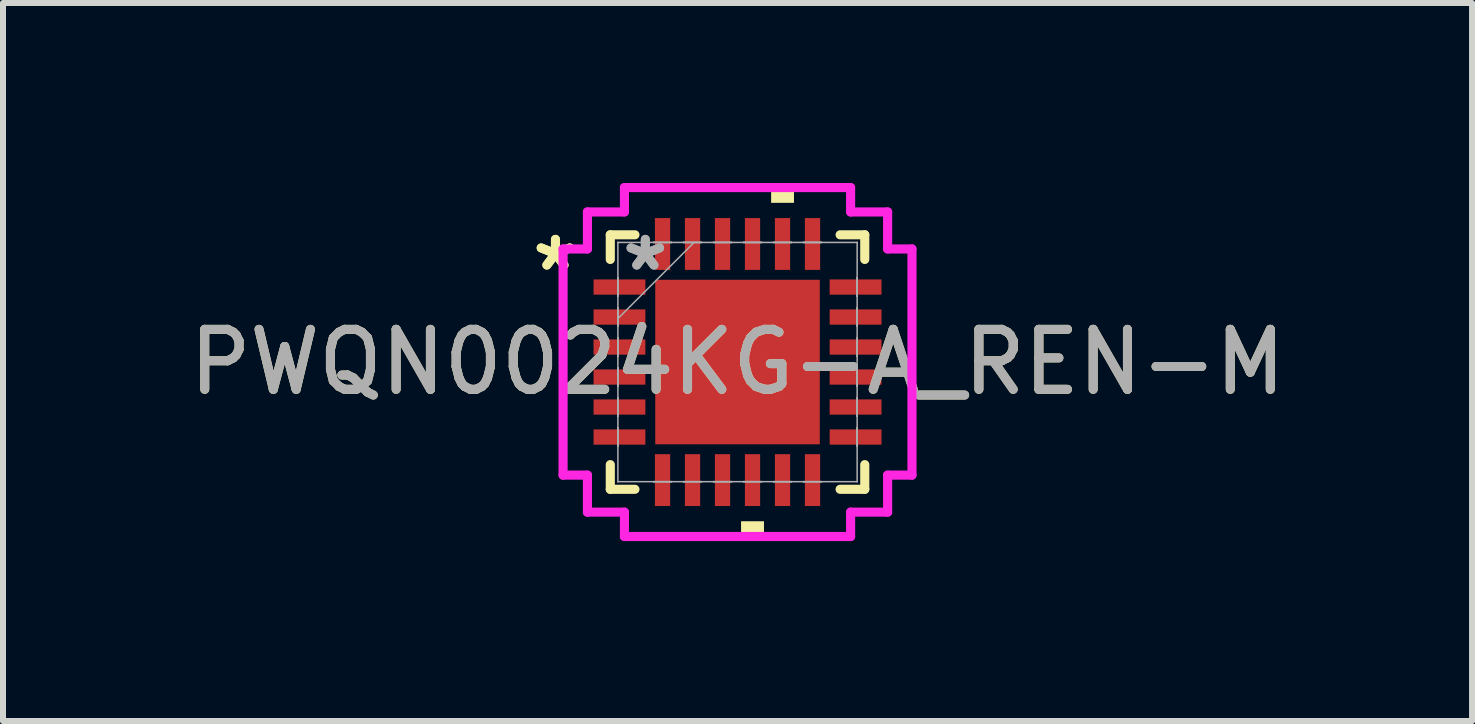
<source format=kicad_pcb>
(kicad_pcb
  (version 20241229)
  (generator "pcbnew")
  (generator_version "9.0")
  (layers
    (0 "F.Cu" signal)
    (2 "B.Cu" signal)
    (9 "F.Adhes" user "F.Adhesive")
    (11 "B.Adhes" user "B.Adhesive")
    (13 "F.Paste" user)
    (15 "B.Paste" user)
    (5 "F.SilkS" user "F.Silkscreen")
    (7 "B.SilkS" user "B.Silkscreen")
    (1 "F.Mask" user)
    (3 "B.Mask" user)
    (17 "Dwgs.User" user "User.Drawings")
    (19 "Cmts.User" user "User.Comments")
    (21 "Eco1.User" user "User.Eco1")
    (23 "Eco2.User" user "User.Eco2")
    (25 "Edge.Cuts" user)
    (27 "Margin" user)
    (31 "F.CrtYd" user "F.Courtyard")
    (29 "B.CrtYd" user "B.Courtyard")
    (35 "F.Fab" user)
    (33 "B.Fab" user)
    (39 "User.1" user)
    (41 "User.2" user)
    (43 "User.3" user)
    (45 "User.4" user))
  (footprint "PWQN0024KG-A_REN-M"
    (layer "F.Cu")
    (at 9.244 2.985)
    (property "Reference" "PWQN0024KG-A_REN-M" (at 0 0 0) (unlocked yes) (layer "F.SilkS") (effects (font (size 1 1) (thickness 0.15))))
    (attr smd)
    (fp_line (start -2.121 -2.121) (end -2.121 -1.71) (stroke (width 0.152) (type solid)) (layer "F.SilkS"))
    (fp_line (start -2.121 1.71) (end -2.121 2.121) (stroke (width 0.152) (type solid)) (layer "F.SilkS"))
    (fp_line (start -2.121 2.121) (end -1.71 2.121) (stroke (width 0.152) (type solid)) (layer "F.SilkS"))
    (fp_line (start -1.71 -2.121) (end -2.121 -2.121) (stroke (width 0.152) (type solid)) (layer "F.SilkS"))
    (fp_line (start 1.71 2.121) (end 2.121 2.121) (stroke (width 0.152) (type solid)) (layer "F.SilkS"))
    (fp_line (start 2.121 -2.121) (end 1.71 -2.121) (stroke (width 0.152) (type solid)) (layer "F.SilkS"))
    (fp_line (start 2.121 -1.71) (end 2.121 -2.121) (stroke (width 0.152) (type solid)) (layer "F.SilkS"))
    (fp_line (start 2.121 2.121) (end 2.121 1.71) (stroke (width 0.152) (type solid)) (layer "F.SilkS"))
    (fp_poly (pts (xy 0.059 2.654) (xy 0.059 2.908) (xy 0.441 2.908) (xy 0.441 2.654)) (stroke (width 0) (type solid)) (fill yes) (layer "F.SilkS"))
    (fp_poly (pts (xy 0.56 -2.654) (xy 0.56 -2.908) (xy 0.941 -2.908) (xy 0.941 -2.654)) (stroke (width 0) (type solid)) (fill yes) (layer "F.SilkS"))
    (fp_poly (pts (xy -1.272 -1.272) (xy -1.272 -0.1) (xy -0.1 -0.1) (xy -0.1 -1.272)) (stroke (width 0) (type solid)) (fill yes) (layer "F.Paste"))
    (fp_poly (pts (xy -1.272 0.1) (xy -1.272 1.272) (xy -0.1 1.272) (xy -0.1 0.1)) (stroke (width 0) (type solid)) (fill yes) (layer "F.Paste"))
    (fp_poly (pts (xy 0.1 -1.272) (xy 0.1 -0.1) (xy 1.272 -0.1) (xy 1.272 -1.272)) (stroke (width 0) (type solid)) (fill yes) (layer "F.Paste"))
    (fp_poly (pts (xy 0.1 0.1) (xy 0.1 1.272) (xy 1.272 1.272) (xy 1.272 0.1)) (stroke (width 0) (type solid)) (fill yes) (layer "F.Paste"))
    (fp_line (start -2.908 -1.885) (end -2.502 -1.885) (stroke (width 0.152) (type solid)) (layer "F.CrtYd"))
    (fp_line (start -2.908 1.885) (end -2.908 -1.885) (stroke (width 0.152) (type solid)) (layer "F.CrtYd"))
    (fp_line (start -2.502 -2.502) (end -1.885 -2.502) (stroke (width 0.152) (type solid)) (layer "F.CrtYd"))
    (fp_line (start -2.502 -1.885) (end -2.502 -2.502) (stroke (width 0.152) (type solid)) (layer "F.CrtYd"))
    (fp_line (start -2.502 1.885) (end -2.908 1.885) (stroke (width 0.152) (type solid)) (layer "F.CrtYd"))
    (fp_line (start -2.502 2.502) (end -2.502 1.885) (stroke (width 0.152) (type solid)) (layer "F.CrtYd"))
    (fp_line (start -1.885 -2.908) (end 1.885 -2.908) (stroke (width 0.152) (type solid)) (layer "F.CrtYd"))
    (fp_line (start -1.885 -2.502) (end -1.885 -2.908) (stroke (width 0.152) (type solid)) (layer "F.CrtYd"))
    (fp_line (start -1.885 2.502) (end -2.502 2.502) (stroke (width 0.152) (type solid)) (layer "F.CrtYd"))
    (fp_line (start -1.885 2.908) (end -1.885 2.502) (stroke (width 0.152) (type solid)) (layer "F.CrtYd"))
    (fp_line (start 1.885 -2.908) (end 1.885 -2.502) (stroke (width 0.152) (type solid)) (layer "F.CrtYd"))
    (fp_line (start 1.885 -2.502) (end 2.502 -2.502) (stroke (width 0.152) (type solid)) (layer "F.CrtYd"))
    (fp_line (start 1.885 2.502) (end 1.885 2.908) (stroke (width 0.152) (type solid)) (layer "F.CrtYd"))
    (fp_line (start 1.885 2.908) (end -1.885 2.908) (stroke (width 0.152) (type solid)) (layer "F.CrtYd"))
    (fp_line (start 2.502 -2.502) (end 2.502 -1.885) (stroke (width 0.152) (type solid)) (layer "F.CrtYd"))
    (fp_line (start 2.502 -1.885) (end 2.908 -1.885) (stroke (width 0.152) (type solid)) (layer "F.CrtYd"))
    (fp_line (start 2.502 1.885) (end 2.502 2.502) (stroke (width 0.152) (type solid)) (layer "F.CrtYd"))
    (fp_line (start 2.502 2.502) (end 1.885 2.502) (stroke (width 0.152) (type solid)) (layer "F.CrtYd"))
    (fp_line (start 2.908 -1.885) (end 2.908 1.885) (stroke (width 0.152) (type solid)) (layer "F.CrtYd"))
    (fp_line (start 2.908 1.885) (end 2.502 1.885) (stroke (width 0.152) (type solid)) (layer "F.CrtYd"))
    (fp_line (start -1.994 -1.994) (end -1.994 -1.994) (stroke (width 0.025) (type solid)) (layer "F.Fab"))
    (fp_line (start -1.994 -1.994) (end -1.994 1.994) (stroke (width 0.025) (type solid)) (layer "F.Fab"))
    (fp_line (start -1.994 -1.402) (end -1.994 -1.402) (stroke (width 0.025) (type solid)) (layer "F.Fab"))
    (fp_line (start -1.994 -1.402) (end -1.994 -1.098) (stroke (width 0.025) (type solid)) (layer "F.Fab"))
    (fp_line (start -1.994 -1.098) (end -1.994 -1.402) (stroke (width 0.025) (type solid)) (layer "F.Fab"))
    (fp_line (start -1.994 -1.098) (end -1.994 -1.098) (stroke (width 0.025) (type solid)) (layer "F.Fab"))
    (fp_line (start -1.994 -0.902) (end -1.994 -0.902) (stroke (width 0.025) (type solid)) (layer "F.Fab"))
    (fp_line (start -1.994 -0.902) (end -1.994 -0.598) (stroke (width 0.025) (type solid)) (layer "F.Fab"))
    (fp_line (start -1.994 -0.724) (end -0.724 -1.994) (stroke (width 0.025) (type solid)) (layer "F.Fab"))
    (fp_line (start -1.994 -0.598) (end -1.994 -0.902) (stroke (width 0.025) (type solid)) (layer "F.Fab"))
    (fp_line (start -1.994 -0.598) (end -1.994 -0.598) (stroke (width 0.025) (type solid)) (layer "F.Fab"))
    (fp_line (start -1.994 -0.402) (end -1.994 -0.402) (stroke (width 0.025) (type solid)) (layer "F.Fab"))
    (fp_line (start -1.994 -0.402) (end -1.994 -0.098) (stroke (width 0.025) (type solid)) (layer "F.Fab"))
    (fp_line (start -1.994 -0.098) (end -1.994 -0.402) (stroke (width 0.025) (type solid)) (layer "F.Fab"))
    (fp_line (start -1.994 -0.098) (end -1.994 -0.098) (stroke (width 0.025) (type solid)) (layer "F.Fab"))
    (fp_line (start -1.994 0.098) (end -1.994 0.098) (stroke (width 0.025) (type solid)) (layer "F.Fab"))
    (fp_line (start -1.994 0.098) (end -1.994 0.402) (stroke (width 0.025) (type solid)) (layer "F.Fab"))
    (fp_line (start -1.994 0.402) (end -1.994 0.098) (stroke (width 0.025) (type solid)) (layer "F.Fab"))
    (fp_line (start -1.994 0.402) (end -1.994 0.402) (stroke (width 0.025) (type solid)) (layer "F.Fab"))
    (fp_line (start -1.994 0.598) (end -1.994 0.598) (stroke (width 0.025) (type solid)) (layer "F.Fab"))
    (fp_line (start -1.994 0.598) (end -1.994 0.902) (stroke (width 0.025) (type solid)) (layer "F.Fab"))
    (fp_line (start -1.994 0.902) (end -1.994 0.598) (stroke (width 0.025) (type solid)) (layer "F.Fab"))
    (fp_line (start -1.994 0.902) (end -1.994 0.902) (stroke (width 0.025) (type solid)) (layer "F.Fab"))
    (fp_line (start -1.994 1.098) (end -1.994 1.098) (stroke (width 0.025) (type solid)) (layer "F.Fab"))
    (fp_line (start -1.994 1.098) (end -1.994 1.402) (stroke (width 0.025) (type solid)) (layer "F.Fab"))
    (fp_line (start -1.994 1.402) (end -1.994 1.098) (stroke (width 0.025) (type solid)) (layer "F.Fab"))
    (fp_line (start -1.994 1.402) (end -1.994 1.402) (stroke (width 0.025) (type solid)) (layer "F.Fab"))
    (fp_line (start -1.994 1.994) (end -1.994 1.994) (stroke (width 0.025) (type solid)) (layer "F.Fab"))
    (fp_line (start -1.994 1.994) (end 1.994 1.994) (stroke (width 0.025) (type solid)) (layer "F.Fab"))
    (fp_line (start -1.402 -1.994) (end -1.402 -1.994) (stroke (width 0.025) (type solid)) (layer "F.Fab"))
    (fp_line (start -1.402 -1.994) (end -1.098 -1.994) (stroke (width 0.025) (type solid)) (layer "F.Fab"))
    (fp_line (start -1.402 1.994) (end -1.402 1.994) (stroke (width 0.025) (type solid)) (layer "F.Fab"))
    (fp_line (start -1.402 1.994) (end -1.098 1.994) (stroke (width 0.025) (type solid)) (layer "F.Fab"))
    (fp_line (start -1.098 -1.994) (end -1.402 -1.994) (stroke (width 0.025) (type solid)) (layer "F.Fab"))
    (fp_line (start -1.098 -1.994) (end -1.098 -1.994) (stroke (width 0.025) (type solid)) (layer "F.Fab"))
    (fp_line (start -1.098 1.994) (end -1.402 1.994) (stroke (width 0.025) (type solid)) (layer "F.Fab"))
    (fp_line (start -1.098 1.994) (end -1.098 1.994) (stroke (width 0.025) (type solid)) (layer "F.Fab"))
    (fp_line (start -0.902 -1.994) (end -0.902 -1.994) (stroke (width 0.025) (type solid)) (layer "F.Fab"))
    (fp_line (start -0.902 -1.994) (end -0.598 -1.994) (stroke (width 0.025) (type solid)) (layer "F.Fab"))
    (fp_line (start -0.902 1.994) (end -0.902 1.994) (stroke (width 0.025) (type solid)) (layer "F.Fab"))
    (fp_line (start -0.902 1.994) (end -0.598 1.994) (stroke (width 0.025) (type solid)) (layer "F.Fab"))
    (fp_line (start -0.598 -1.994) (end -0.902 -1.994) (stroke (width 0.025) (type solid)) (layer "F.Fab"))
    (fp_line (start -0.598 -1.994) (end -0.598 -1.994) (stroke (width 0.025) (type solid)) (layer "F.Fab"))
    (fp_line (start -0.598 1.994) (end -0.902 1.994) (stroke (width 0.025) (type solid)) (layer "F.Fab"))
    (fp_line (start -0.598 1.994) (end -0.598 1.994) (stroke (width 0.025) (type solid)) (layer "F.Fab"))
    (fp_line (start -0.402 -1.994) (end -0.402 -1.994) (stroke (width 0.025) (type solid)) (layer "F.Fab"))
    (fp_line (start -0.402 -1.994) (end -0.098 -1.994) (stroke (width 0.025) (type solid)) (layer "F.Fab"))
    (fp_line (start -0.402 1.994) (end -0.402 1.994) (stroke (width 0.025) (type solid)) (layer "F.Fab"))
    (fp_line (start -0.402 1.994) (end -0.098 1.994) (stroke (width 0.025) (type solid)) (layer "F.Fab"))
    (fp_line (start -0.098 -1.994) (end -0.402 -1.994) (stroke (width 0.025) (type solid)) (layer "F.Fab"))
    (fp_line (start -0.098 -1.994) (end -0.098 -1.994) (stroke (width 0.025) (type solid)) (layer "F.Fab"))
    (fp_line (start -0.098 1.994) (end -0.402 1.994) (stroke (width 0.025) (type solid)) (layer "F.Fab"))
    (fp_line (start -0.098 1.994) (end -0.098 1.994) (stroke (width 0.025) (type solid)) (layer "F.Fab"))
    (fp_line (start 0.098 -1.994) (end 0.098 -1.994) (stroke (width 0.025) (type solid)) (layer "F.Fab"))
    (fp_line (start 0.098 -1.994) (end 0.402 -1.994) (stroke (width 0.025) (type solid)) (layer "F.Fab"))
    (fp_line (start 0.098 1.994) (end 0.098 1.994) (stroke (width 0.025) (type solid)) (layer "F.Fab"))
    (fp_line (start 0.098 1.994) (end 0.402 1.994) (stroke (width 0.025) (type solid)) (layer "F.Fab"))
    (fp_line (start 0.402 -1.994) (end 0.098 -1.994) (stroke (width 0.025) (type solid)) (layer "F.Fab"))
    (fp_line (start 0.402 -1.994) (end 0.402 -1.994) (stroke (width 0.025) (type solid)) (layer "F.Fab"))
    (fp_line (start 0.402 1.994) (end 0.098 1.994) (stroke (width 0.025) (type solid)) (layer "F.Fab"))
    (fp_line (start 0.402 1.994) (end 0.402 1.994) (stroke (width 0.025) (type solid)) (layer "F.Fab"))
    (fp_line (start 0.598 -1.994) (end 0.598 -1.994) (stroke (width 0.025) (type solid)) (layer "F.Fab"))
    (fp_line (start 0.598 -1.994) (end 0.902 -1.994) (stroke (width 0.025) (type solid)) (layer "F.Fab"))
    (fp_line (start 0.598 1.994) (end 0.598 1.994) (stroke (width 0.025) (type solid)) (layer "F.Fab"))
    (fp_line (start 0.598 1.994) (end 0.902 1.994) (stroke (width 0.025) (type solid)) (layer "F.Fab"))
    (fp_line (start 0.902 -1.994) (end 0.598 -1.994) (stroke (width 0.025) (type solid)) (layer "F.Fab"))
    (fp_line (start 0.902 -1.994) (end 0.902 -1.994) (stroke (width 0.025) (type solid)) (layer "F.Fab"))
    (fp_line (start 0.902 1.994) (end 0.598 1.994) (stroke (width 0.025) (type solid)) (layer "F.Fab"))
    (fp_line (start 0.902 1.994) (end 0.902 1.994) (stroke (width 0.025) (type solid)) (layer "F.Fab"))
    (fp_line (start 1.098 -1.994) (end 1.098 -1.994) (stroke (width 0.025) (type solid)) (layer "F.Fab"))
    (fp_line (start 1.098 -1.994) (end 1.402 -1.994) (stroke (width 0.025) (type solid)) (layer "F.Fab"))
    (fp_line (start 1.098 1.994) (end 1.098 1.994) (stroke (width 0.025) (type solid)) (layer "F.Fab"))
    (fp_line (start 1.098 1.994) (end 1.402 1.994) (stroke (width 0.025) (type solid)) (layer "F.Fab"))
    (fp_line (start 1.402 -1.994) (end 1.098 -1.994) (stroke (width 0.025) (type solid)) (layer "F.Fab"))
    (fp_line (start 1.402 -1.994) (end 1.402 -1.994) (stroke (width 0.025) (type solid)) (layer "F.Fab"))
    (fp_line (start 1.402 1.994) (end 1.098 1.994) (stroke (width 0.025) (type solid)) (layer "F.Fab"))
    (fp_line (start 1.402 1.994) (end 1.402 1.994) (stroke (width 0.025) (type solid)) (layer "F.Fab"))
    (fp_line (start 1.994 -1.994) (end -1.994 -1.994) (stroke (width 0.025) (type solid)) (layer "F.Fab"))
    (fp_line (start 1.994 -1.994) (end 1.994 -1.994) (stroke (width 0.025) (type solid)) (layer "F.Fab"))
    (fp_line (start 1.994 -1.402) (end 1.994 -1.402) (stroke (width 0.025) (type solid)) (layer "F.Fab"))
    (fp_line (start 1.994 -1.402) (end 1.994 -1.098) (stroke (width 0.025) (type solid)) (layer "F.Fab"))
    (fp_line (start 1.994 -1.098) (end 1.994 -1.402) (stroke (width 0.025) (type solid)) (layer "F.Fab"))
    (fp_line (start 1.994 -1.098) (end 1.994 -1.098) (stroke (width 0.025) (type solid)) (layer "F.Fab"))
    (fp_line (start 1.994 -0.902) (end 1.994 -0.902) (stroke (width 0.025) (type solid)) (layer "F.Fab"))
    (fp_line (start 1.994 -0.902) (end 1.994 -0.598) (stroke (width 0.025) (type solid)) (layer "F.Fab"))
    (fp_line (start 1.994 -0.598) (end 1.994 -0.902) (stroke (width 0.025) (type solid)) (layer "F.Fab"))
    (fp_line (start 1.994 -0.598) (end 1.994 -0.598) (stroke (width 0.025) (type solid)) (layer "F.Fab"))
    (fp_line (start 1.994 -0.402) (end 1.994 -0.402) (stroke (width 0.025) (type solid)) (layer "F.Fab"))
    (fp_line (start 1.994 -0.402) (end 1.994 -0.098) (stroke (width 0.025) (type solid)) (layer "F.Fab"))
    (fp_line (start 1.994 -0.098) (end 1.994 -0.402) (stroke (width 0.025) (type solid)) (layer "F.Fab"))
    (fp_line (start 1.994 -0.098) (end 1.994 -0.098) (stroke (width 0.025) (type solid)) (layer "F.Fab"))
    (fp_line (start 1.994 0.098) (end 1.994 0.098) (stroke (width 0.025) (type solid)) (layer "F.Fab"))
    (fp_line (start 1.994 0.098) (end 1.994 0.402) (stroke (width 0.025) (type solid)) (layer "F.Fab"))
    (fp_line (start 1.994 0.402) (end 1.994 0.098) (stroke (width 0.025) (type solid)) (layer "F.Fab"))
    (fp_line (start 1.994 0.402) (end 1.994 0.402) (stroke (width 0.025) (type solid)) (layer "F.Fab"))
    (fp_line (start 1.994 0.598) (end 1.994 0.598) (stroke (width 0.025) (type solid)) (layer "F.Fab"))
    (fp_line (start 1.994 0.598) (end 1.994 0.902) (stroke (width 0.025) (type solid)) (layer "F.Fab"))
    (fp_line (start 1.994 0.902) (end 1.994 0.598) (stroke (width 0.025) (type solid)) (layer "F.Fab"))
    (fp_line (start 1.994 0.902) (end 1.994 0.902) (stroke (width 0.025) (type solid)) (layer "F.Fab"))
    (fp_line (start 1.994 1.098) (end 1.994 1.098) (stroke (width 0.025) (type solid)) (layer "F.Fab"))
    (fp_line (start 1.994 1.098) (end 1.994 1.402) (stroke (width 0.025) (type solid)) (layer "F.Fab"))
    (fp_line (start 1.994 1.402) (end 1.994 1.098) (stroke (width 0.025) (type solid)) (layer "F.Fab"))
    (fp_line (start 1.994 1.402) (end 1.994 1.402) (stroke (width 0.025) (type solid)) (layer "F.Fab"))
    (fp_line (start 1.994 1.994) (end 1.994 -1.994) (stroke (width 0.025) (type solid)) (layer "F.Fab"))
    (fp_line (start 1.994 1.994) (end 1.994 1.994) (stroke (width 0.025) (type solid)) (layer "F.Fab"))
    (fp_text user "*" (at -3.035 -1.5 0) (unlocked yes) (layer "F.SilkS") (effects (font (size 1 1) (thickness 0.15))))
    (fp_text user "*" (at -3.035 -1.5 0) (layer "F.SilkS") (effects (font (size 1 1) (thickness 0.15))))
    (fp_text user "${REFERENCE}" (at 0 0 0) (unlocked yes) (layer "F.Fab") (effects (font (size 1 1) (thickness 0.15))))
    (fp_text user "*" (at -1.537 -1.5 0) (layer "F.Fab") (effects (font (size 1 1) (thickness 0.15))))
    (fp_text user "*" (at -1.537 -1.5 0) (unlocked yes) (layer "F.Fab") (effects (font (size 1 1) (thickness 0.15))))
    (pad "1" smd rect (at -1.968 -1.25 90) (size 0.254 0.864) (layers "F.Cu" "F.Mask" "F.Paste"))
    (pad "2" smd rect (at -1.968 -0.75 90) (size 0.254 0.864) (layers "F.Cu" "F.Mask" "F.Paste"))
    (pad "3" smd rect (at -1.968 -0.25 90) (size 0.254 0.864) (layers "F.Cu" "F.Mask" "F.Paste"))
    (pad "4" smd rect (at -1.968 0.25 90) (size 0.254 0.864) (layers "F.Cu" "F.Mask" "F.Paste"))
    (pad "5" smd rect (at -1.968 0.75 90) (size 0.254 0.864) (layers "F.Cu" "F.Mask" "F.Paste"))
    (pad "6" smd rect (at -1.968 1.25 90) (size 0.254 0.864) (layers "F.Cu" "F.Mask" "F.Paste"))
    (pad "7" smd rect (at -1.25 1.968) (size 0.254 0.864) (layers "F.Cu" "F.Mask" "F.Paste"))
    (pad "8" smd rect (at -0.75 1.968) (size 0.254 0.864) (layers "F.Cu" "F.Mask" "F.Paste"))
    (pad "9" smd rect (at -0.25 1.968) (size 0.254 0.864) (layers "F.Cu" "F.Mask" "F.Paste"))
    (pad "10" smd rect (at 0.25 1.968) (size 0.254 0.864) (layers "F.Cu" "F.Mask" "F.Paste"))
    (pad "11" smd rect (at 0.75 1.968) (size 0.254 0.864) (layers "F.Cu" "F.Mask" "F.Paste"))
    (pad "12" smd rect (at 1.25 1.968) (size 0.254 0.864) (layers "F.Cu" "F.Mask" "F.Paste"))
    (pad "13" smd rect (at 1.968 1.25 90) (size 0.254 0.864) (layers "F.Cu" "F.Mask" "F.Paste"))
    (pad "14" smd rect (at 1.968 0.75 90) (size 0.254 0.864) (layers "F.Cu" "F.Mask" "F.Paste"))
    (pad "15" smd rect (at 1.968 0.25 90) (size 0.254 0.864) (layers "F.Cu" "F.Mask" "F.Paste"))
    (pad "16" smd rect (at 1.968 -0.25 90) (size 0.254 0.864) (layers "F.Cu" "F.Mask" "F.Paste"))
    (pad "17" smd rect (at 1.968 -0.75 90) (size 0.254 0.864) (layers "F.Cu" "F.Mask" "F.Paste"))
    (pad "18" smd rect (at 1.968 -1.25 90) (size 0.254 0.864) (layers "F.Cu" "F.Mask" "F.Paste"))
    (pad "19" smd rect (at 1.25 -1.968) (size 0.254 0.864) (layers "F.Cu" "F.Mask" "F.Paste"))
    (pad "20" smd rect (at 0.75 -1.968) (size 0.254 0.864) (layers "F.Cu" "F.Mask" "F.Paste"))
    (pad "21" smd rect (at 0.25 -1.968) (size 0.254 0.864) (layers "F.Cu" "F.Mask" "F.Paste"))
    (pad "22" smd rect (at -0.25 -1.968) (size 0.254 0.864) (layers "F.Cu" "F.Mask" "F.Paste"))
    (pad "23" smd rect (at -0.75 -1.968) (size 0.254 0.864) (layers "F.Cu" "F.Mask" "F.Paste"))
    (pad "24" smd rect (at -1.25 -1.968) (size 0.254 0.864) (layers "F.Cu" "F.Mask" "F.Paste"))
    (pad "25" smd rect (at 0 0) (size 2.743 2.743) (layers "F.Cu" "F.Mask")))
  (gr_rect
    (start -3 -3)
    (end 21.488 8.969)
    (stroke (width 0.1) (type default))
    (fill no)
    (layer "Edge.Cuts")))
</source>
